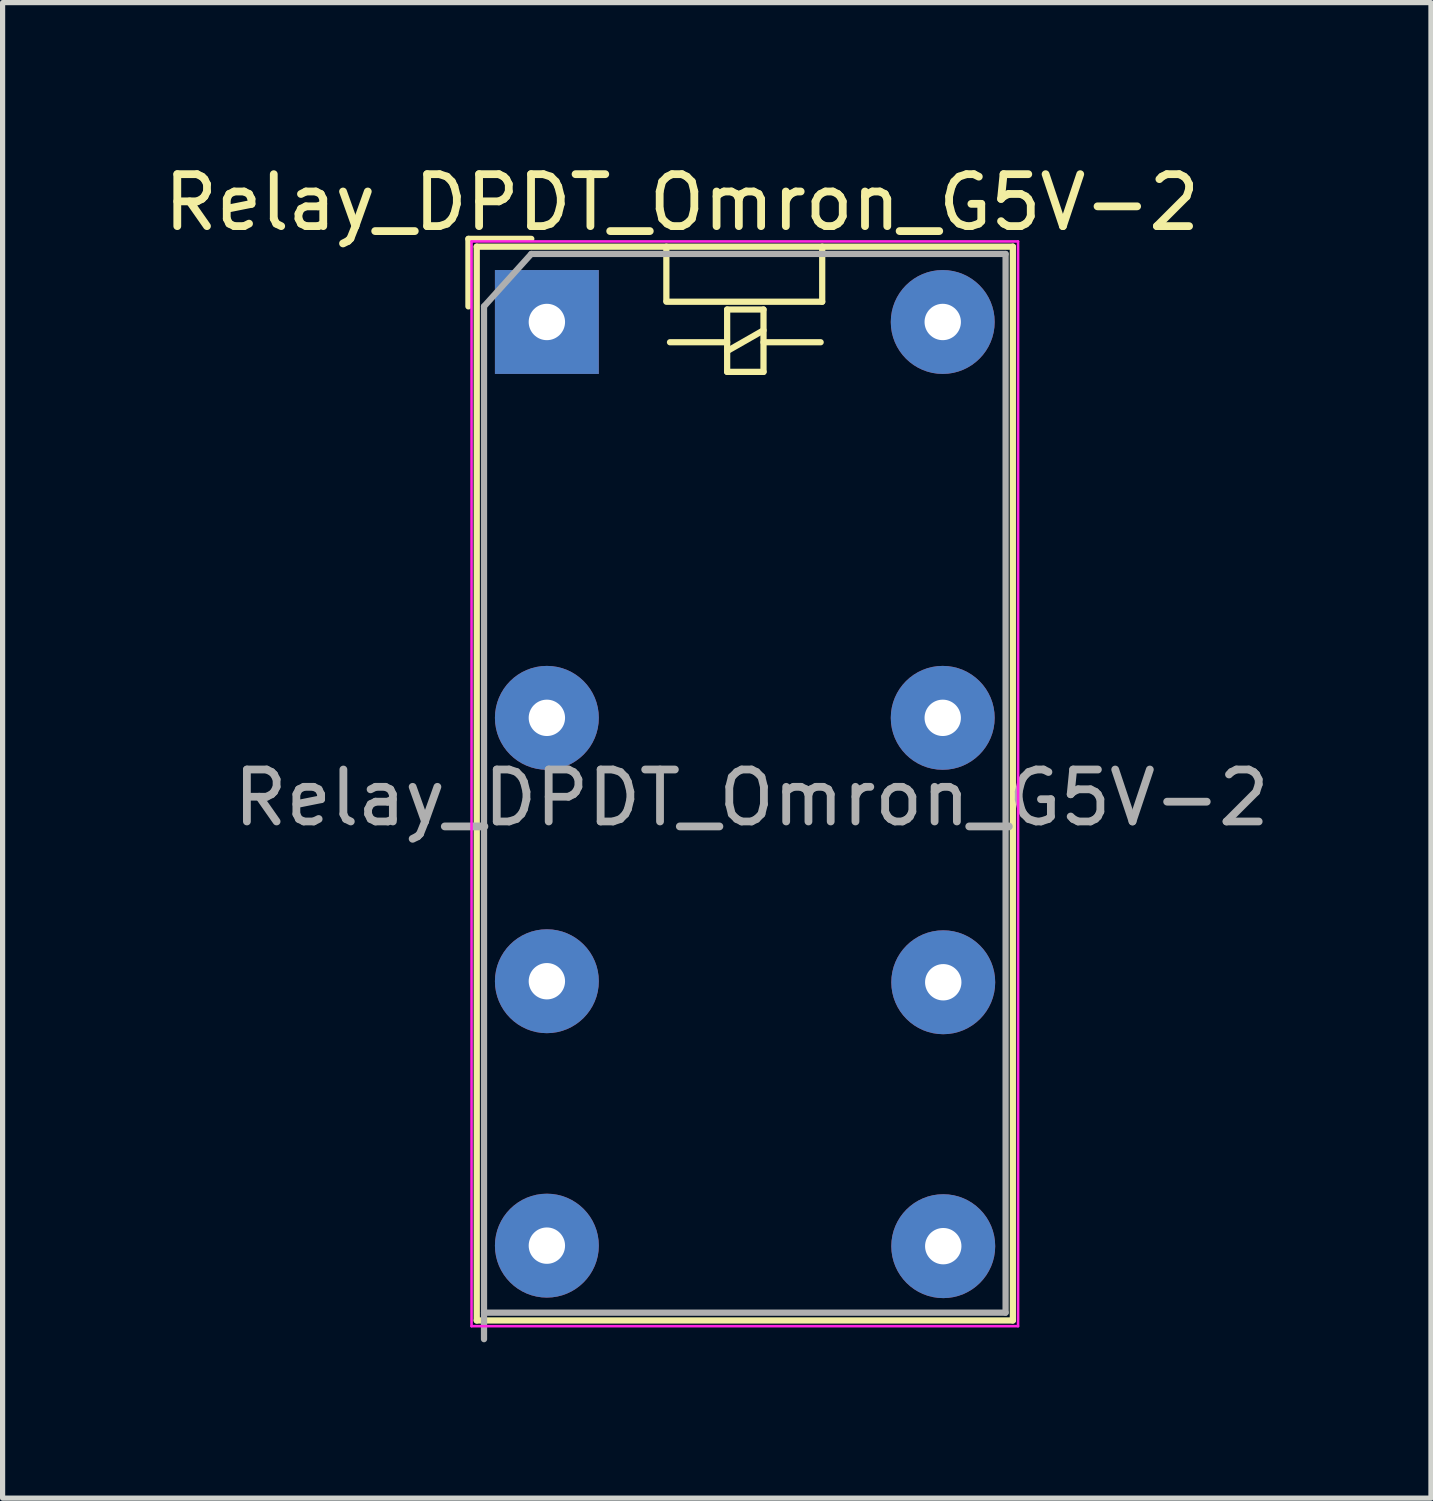
<source format=kicad_pcb>
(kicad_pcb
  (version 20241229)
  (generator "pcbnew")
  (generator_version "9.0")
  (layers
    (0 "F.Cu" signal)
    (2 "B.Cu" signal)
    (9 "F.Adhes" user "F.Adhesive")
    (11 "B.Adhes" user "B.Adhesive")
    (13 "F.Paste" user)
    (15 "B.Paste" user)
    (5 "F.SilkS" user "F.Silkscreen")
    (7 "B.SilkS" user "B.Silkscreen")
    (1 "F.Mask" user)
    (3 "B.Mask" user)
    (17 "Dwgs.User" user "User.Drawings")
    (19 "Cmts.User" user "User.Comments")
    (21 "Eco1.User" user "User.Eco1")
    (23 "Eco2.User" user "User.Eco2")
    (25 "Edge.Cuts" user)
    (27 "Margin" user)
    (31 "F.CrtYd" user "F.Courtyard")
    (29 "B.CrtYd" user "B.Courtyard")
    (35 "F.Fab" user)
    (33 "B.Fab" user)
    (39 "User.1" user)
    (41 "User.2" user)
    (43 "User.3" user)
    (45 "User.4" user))
  (footprint "Relay_DPDT_Omron_G5V-2"
    (layer "F.Cu")
    (at 7.477 3.148)
    (property "Reference" "Relay_DPDT_Omron_G5V-2" (at 2.6 -2.3 0) (layer "F.SilkS") (effects (font (size 1 1) (thickness 0.15))))
    (attr through_hole)
    (fp_line (start -1.51 -1.6) (end -0.3 -1.6) (stroke (width 0.12) (type solid)) (layer "F.SilkS"))
    (fp_line (start -1.51 -0.3) (end -1.51 -1.6) (stroke (width 0.12) (type solid)) (layer "F.SilkS"))
    (fp_line (start -1.35 -1.45) (end -1.35 19.22) (stroke (width 0.12) (type solid)) (layer "F.SilkS"))
    (fp_line (start -1.35 19.22) (end 8.97 19.22) (stroke (width 0.12) (type solid)) (layer "F.SilkS"))
    (fp_line (start 2.3 -1.45) (end 2.3 -0.41) (stroke (width 0.12) (type solid)) (layer "F.SilkS"))
    (fp_line (start 2.3 -0.39) (end 5.3 -0.39) (stroke (width 0.12) (type solid)) (layer "F.SilkS"))
    (fp_line (start 3.47 -0.24) (end 3.47 0.96) (stroke (width 0.12) (type solid)) (layer "F.SilkS"))
    (fp_line (start 3.47 0.39) (end 2.37 0.39) (stroke (width 0.12) (type solid)) (layer "F.SilkS"))
    (fp_line (start 3.47 0.56) (end 4.17 0.16) (stroke (width 0.12) (type solid)) (layer "F.SilkS"))
    (fp_line (start 3.47 0.96) (end 4.17 0.96) (stroke (width 0.12) (type solid)) (layer "F.SilkS"))
    (fp_line (start 4.17 -0.24) (end 3.47 -0.24) (stroke (width 0.12) (type solid)) (layer "F.SilkS"))
    (fp_line (start 4.17 0.39) (end 5.27 0.39) (stroke (width 0.12) (type solid)) (layer "F.SilkS"))
    (fp_line (start 4.17 0.96) (end 4.17 -0.24) (stroke (width 0.12) (type solid)) (layer "F.SilkS"))
    (fp_line (start 5.3 -0.39) (end 5.3 -1.45) (stroke (width 0.12) (type solid)) (layer "F.SilkS"))
    (fp_line (start 8.97 -1.45) (end -1.35 -1.45) (stroke (width 0.12) (type solid)) (layer "F.SilkS"))
    (fp_line (start 8.97 19.22) (end 8.97 -1.45) (stroke (width 0.12) (type solid)) (layer "F.SilkS"))
    (fp_line (start -1.45 -1.55) (end -1.45 19.33) (stroke (width 0.05) (type solid)) (layer "F.CrtYd"))
    (fp_line (start -1.45 -1.55) (end 9.07 -1.55) (stroke (width 0.05) (type solid)) (layer "F.CrtYd"))
    (fp_line (start 9.07 -1.55) (end 9.07 19.33) (stroke (width 0.05) (type solid)) (layer "F.CrtYd"))
    (fp_line (start 9.07 19.33) (end -1.45 19.33) (stroke (width 0.05) (type solid)) (layer "F.CrtYd"))
    (fp_line (start -1.21 -0.3) (end -1.21 19.58) (stroke (width 0.12) (type solid)) (layer "F.Fab"))
    (fp_line (start -1.21 -0.3) (end -0.3 -1.31) (stroke (width 0.12) (type solid)) (layer "F.Fab"))
    (fp_line (start -1.21 19.07) (end 8.83 19.07) (stroke (width 0.12) (type solid)) (layer "F.Fab"))
    (fp_line (start 8.83 -1.31) (end -0.3 -1.31) (stroke (width 0.12) (type solid)) (layer "F.Fab"))
    (fp_line (start 8.83 19.07) (end 8.83 -1.31) (stroke (width 0.12) (type solid)) (layer "F.Fab"))
    (fp_text user "${REFERENCE}" (at 3.94 9.16 0) (layer "F.Fab") (effects (font (size 1 1) (thickness 0.15))))
    (pad "1" thru_hole rect (at 0 0) (size 2 2) (drill 0.7) (layers "*.Cu" "*.Mask"))
    (pad "4" thru_hole circle (at 0 7.62) (size 2 2) (drill 0.7) (layers "*.Cu" "*.Mask"))
    (pad "6" thru_hole circle (at 0 12.69) (size 2 2) (drill 0.7) (layers "*.Cu" "*.Mask"))
    (pad "8" thru_hole circle (at 0 17.78) (size 2 2) (drill 0.7) (layers "*.Cu" "*.Mask"))
    (pad "9" thru_hole circle (at 7.63 17.79) (size 2 2) (drill 0.7) (layers "*.Cu" "*.Mask"))
    (pad "11" thru_hole circle (at 7.63 12.71) (size 2 2) (drill 0.7) (layers "*.Cu" "*.Mask"))
    (pad "13" thru_hole circle (at 7.62 7.62) (size 2 2) (drill 0.7) (layers "*.Cu" "*.Mask"))
    (pad "16" thru_hole circle (at 7.62 0) (size 2 2) (drill 0.7) (layers "*.Cu" "*.Mask")))
  (gr_rect
    (start -3 -3)
    (end 24.495 25.788)
    (stroke (width 0.1) (type default))
    (fill no)
    (layer "Edge.Cuts")))
</source>
